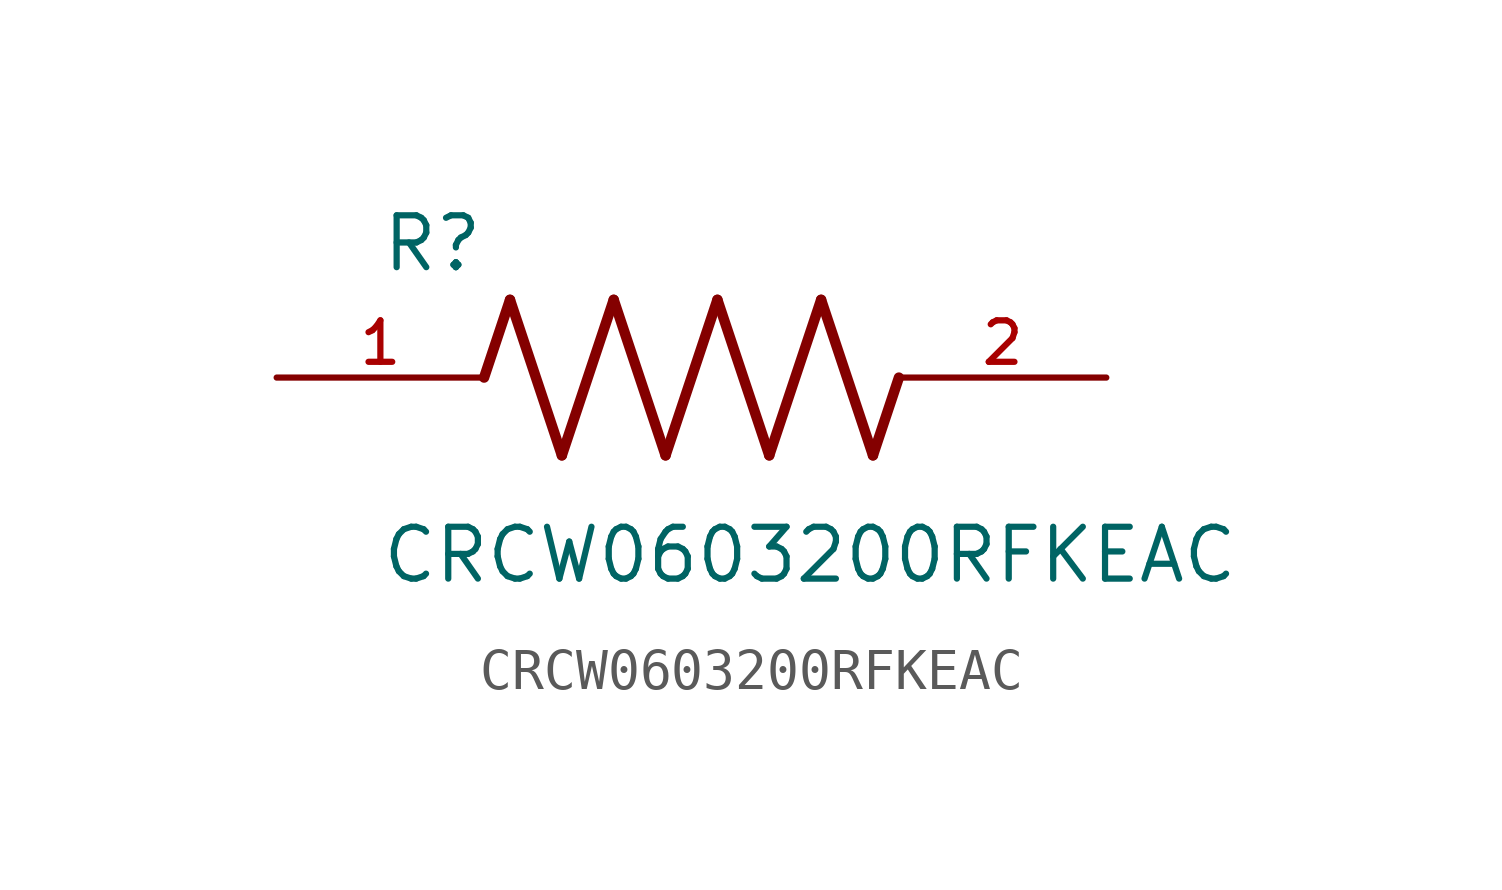
<source format=kicad_sym>
(kicad_symbol_lib
  (version 20211014)
  (generator kicad_symbol_editor)
  (symbol "CRCW0603200RFKEAC"
    (pin_names
      (offset 1.016))
    (property "Reference" "R"
      (at -7.624 2.541 0)
      (effects (font (size 1.27 1.27)) (justify bottom left)))
    (property "Value" "CRCW0603200RFKEAC"
      (at -7.63 -5.087 0)
      (effects (font (size 1.27 1.27)) (justify bottom left)))
    (symbol "CRCW0603200RFKEAC_0_0"
      (polyline (pts (xy -5.08 0.0) (xy -4.445 1.905)) (stroke (width 0.254)))
      (polyline (pts (xy -4.445 1.905) (xy -3.175 -1.905)) (stroke (width 0.254)))
      (polyline (pts (xy -3.175 -1.905) (xy -1.905 1.905)) (stroke (width 0.254)))
      (polyline (pts (xy -1.905 1.905) (xy -0.635 -1.905)) (stroke (width 0.254)))
      (polyline (pts (xy -0.635 -1.905) (xy 0.635 1.905)) (stroke (width 0.254)))
      (polyline (pts (xy 0.635 1.905) (xy 1.905 -1.905)) (stroke (width 0.254)))
      (polyline (pts (xy 1.905 -1.905) (xy 3.175 1.905)) (stroke (width 0.254)))
      (polyline (pts (xy 3.175 1.905) (xy 4.445 -1.905)) (stroke (width 0.254)))
      (polyline (pts (xy 4.445 -1.905) (xy 5.08 0.0)) (stroke (width 0.254)))
      (pin passive line (at -10.16 0.0 0) (length 5.08) (name "~" (effects (font (size 1.016 1.016)))) (number "1" (effects (font (size 1.016 1.016)))))
      (pin passive line (at 10.16 0.0 180.0) (length 5.08) (name "~" (effects (font (size 1.016 1.016)))) (number "2" (effects (font (size 1.016 1.016))))))))
</source>
